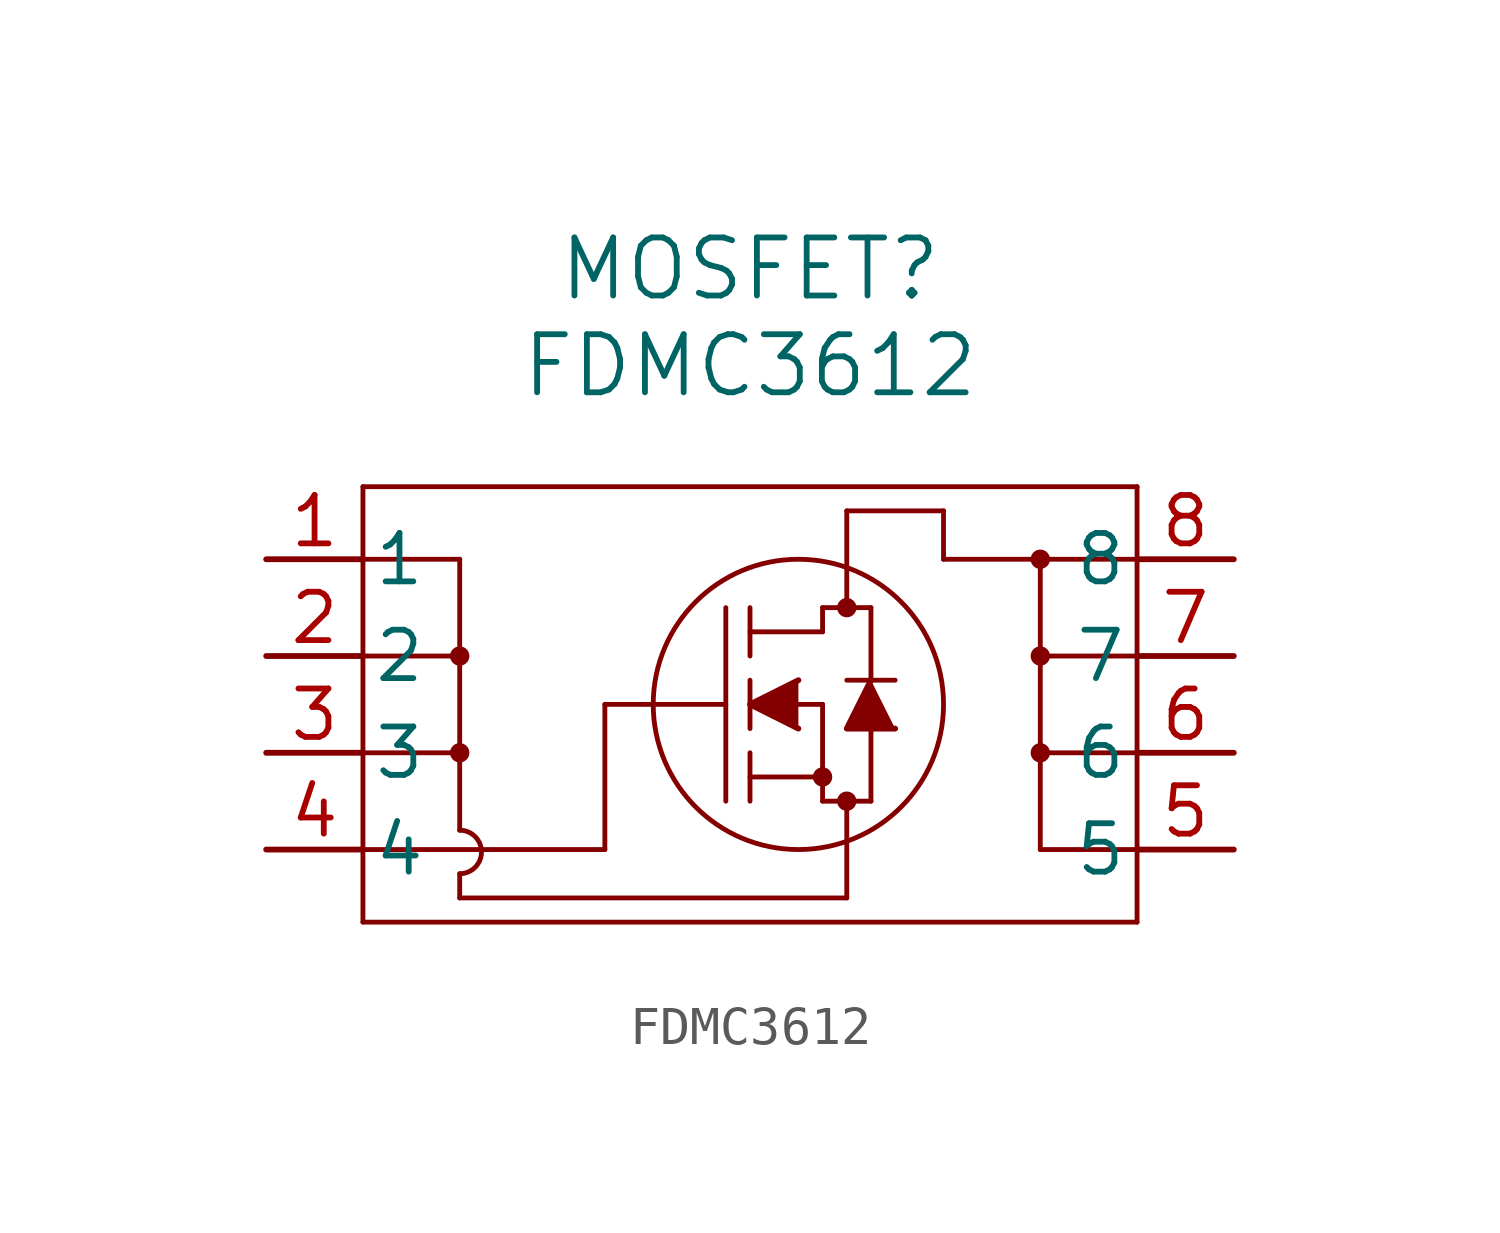
<source format=kicad_sym>
(kicad_symbol_lib
  (version 20241209)
  (generator "kicad_symbol_editor")
  (generator_version "9.0")
  (symbol "FDMC3612"
    (pin_names
      (offset 0.254))
    (property "Reference" "MOSFET"
      (at 19.05 10.16 0)
      (effects (font (size 1.524 1.524))))
    (property "Value" "FDMC3612"
      (at 19.05 7.62 0)
      (effects (font (size 1.524 1.524))))
    (property "ki_locked" ""
      (at 0 0 0)
      (effects (font (size 1.27 1.27))))
    (symbol "FDMC3612_0_1"
      (polyline (pts (xy 8.89 4.445) (xy 8.89 -6.985)) (stroke (width 0.127) (type default)) (fill (type none)))
      (polyline (pts (xy 8.89 2.54) (xy 11.43 2.54)) (stroke (width 0.127) (type default)) (fill (type none)))
      (polyline (pts (xy 8.89 0) (xy 11.43 0)) (stroke (width 0.127) (type default)) (fill (type none)))
      (polyline (pts (xy 8.89 -2.54) (xy 11.43 -2.54)) (stroke (width 0.127) (type default)) (fill (type none)))
      (polyline (pts (xy 8.89 -5.08) (xy 15.24 -5.08)) (stroke (width 0.127) (type default)) (fill (type none)))
      (polyline (pts (xy 8.89 -6.985) (xy 29.21 -6.985)) (stroke (width 0.127) (type default)) (fill (type none)))
      (polyline (pts (xy 11.43 2.54) (xy 11.43 -4.572)) (stroke (width 0.127) (type default)) (fill (type none)))
      (circle (center 11.43 0) (radius 0.127) (stroke (width 0.254) (type default)) (fill (type none)))
      (circle (center 11.43 -2.54) (radius 0.127) (stroke (width 0.254) (type default)) (fill (type none)))
      (arc (start 11.43 -4.572) (mid 12.0015 -5.1435) (end 11.43 -5.715) (stroke (width 0.127) (type default)) (fill (type none)))
      (polyline (pts (xy 11.43 -6.35) (xy 21.59 -6.35)) (stroke (width 0.127) (type default)) (fill (type none)))
      (polyline (pts (xy 15.24 -1.27) (xy 18.415 -1.27)) (stroke (width 0.127) (type default)) (fill (type none)))
      (polyline (pts (xy 15.24 -5.08) (xy 15.24 -1.27)) (stroke (width 0.127) (type default)) (fill (type none)))
      (polyline (pts (xy 18.415 -3.81) (xy 18.415 1.27)) (stroke (width 0.127) (type default)) (fill (type none)))
      (polyline (pts (xy 19.05 0.635) (xy 20.955 0.635)) (stroke (width 0.127) (type default)) (fill (type none)))
      (polyline (pts (xy 19.05 0) (xy 19.05 1.27)) (stroke (width 0.127) (type default)) (fill (type none)))
      (polyline (pts (xy 19.05 -1.905) (xy 19.05 -0.635)) (stroke (width 0.127) (type default)) (fill (type none)))
      (polyline (pts (xy 19.05 -3.175) (xy 20.955 -3.175)) (stroke (width 0.127) (type default)) (fill (type none)))
      (polyline (pts (xy 19.05 -3.81) (xy 19.05 -2.54)) (stroke (width 0.127) (type default)) (fill (type none)))
      (polyline (pts (xy 20.32 -0.635) (xy 19.05 -1.27) (xy 20.32 -1.905)) (stroke (width 0) (type default)) (fill (type outline)))
      (polyline (pts (xy 20.32 -1.27) (xy 20.955 -1.27)) (stroke (width 0.127) (type default)) (fill (type none)))
      (circle (center 20.32 -1.27) (radius 3.81) (stroke (width 0.127) (type default)) (fill (type none)))
      (polyline (pts (xy 20.955 1.27) (xy 22.225 1.27)) (stroke (width 0.127) (type default)) (fill (type none)))
      (polyline (pts (xy 20.955 0.635) (xy 20.955 1.27)) (stroke (width 0.127) (type default)) (fill (type none)))
      (circle (center 20.955 -3.175) (radius 0.127) (stroke (width 0.254) (type default)) (fill (type none)))
      (polyline (pts (xy 20.955 -3.81) (xy 20.955 -1.27)) (stroke (width 0.127) (type default)) (fill (type none)))
      (polyline (pts (xy 20.955 -3.81) (xy 22.225 -3.81)) (stroke (width 0.127) (type default)) (fill (type none)))
      (polyline (pts (xy 21.59 3.81) (xy 21.59 1.27)) (stroke (width 0.127) (type default)) (fill (type none)))
      (circle (center 21.59 1.27) (radius 0.127) (stroke (width 0.254) (type default)) (fill (type none)))
      (circle (center 21.59 -3.81) (radius 0.127) (stroke (width 0.254) (type default)) (fill (type none)))
      (polyline (pts (xy 21.59 -6.35) (xy 21.59 -3.81)) (stroke (width 0.127) (type default)) (fill (type none)))
      (polyline (pts (xy 22.225 -0.635) (xy 22.225 1.27)) (stroke (width 0.127) (type default)) (fill (type none)))
      (polyline (pts (xy 22.225 -3.81) (xy 22.225 -1.905)) (stroke (width 0.127) (type default)) (fill (type none)))
      (polyline (pts (xy 22.86 -0.635) (xy 21.59 -0.635)) (stroke (width 0.127) (type default)) (fill (type none)))
      (polyline (pts (xy 22.86 -1.905) (xy 21.59 -1.905) (xy 22.225 -0.635)) (stroke (width 0) (type default)) (fill (type outline)))
      (polyline (pts (xy 24.13 3.81) (xy 21.59 3.81)) (stroke (width 0.127) (type default)) (fill (type none)))
      (polyline (pts (xy 24.13 2.54) (xy 24.13 3.81)) (stroke (width 0.127) (type default)) (fill (type none)))
      (circle (center 26.67 2.54) (radius 0.127) (stroke (width 0.254) (type default)) (fill (type none)))
      (circle (center 26.67 0) (radius 0.127) (stroke (width 0.254) (type default)) (fill (type none)))
      (circle (center 26.67 -2.54) (radius 0.127) (stroke (width 0.254) (type default)) (fill (type none)))
      (polyline (pts (xy 26.67 -5.08) (xy 26.67 2.54)) (stroke (width 0.127) (type default)) (fill (type none)))
      (polyline (pts (xy 29.21 4.445) (xy 8.89 4.445)) (stroke (width 0.127) (type default)) (fill (type none)))
      (polyline (pts (xy 29.21 2.54) (xy 24.13 2.54)) (stroke (width 0.127) (type default)) (fill (type none)))
      (polyline (pts (xy 29.21 0) (xy 26.67 0)) (stroke (width 0.127) (type default)) (fill (type none)))
      (polyline (pts (xy 29.21 -2.54) (xy 26.67 -2.54)) (stroke (width 0.127) (type default)) (fill (type none)))
      (polyline (pts (xy 29.21 -5.08) (xy 26.67 -5.08)) (stroke (width 0.127) (type default)) (fill (type none)))
      (polyline (pts (xy 29.21 -6.985) (xy 29.21 4.445)) (stroke (width 0.127) (type default)) (fill (type none)))
      (pin unspecified line (at 6.35 2.54 0) (length 2.54) (name "1" (effects (font (size 1.27 1.27)))) (number "1" (effects (font (size 1.27 1.27)))))
      (pin unspecified line (at 6.35 0 0) (length 2.54) (name "2" (effects (font (size 1.27 1.27)))) (number "2" (effects (font (size 1.27 1.27)))))
      (pin unspecified line (at 6.35 -2.54 0) (length 2.54) (name "3" (effects (font (size 1.27 1.27)))) (number "3" (effects (font (size 1.27 1.27)))))
      (pin unspecified line (at 6.35 -5.08 0) (length 2.54) (name "4" (effects (font (size 1.27 1.27)))) (number "4" (effects (font (size 1.27 1.27)))))
      (pin unspecified line (at 31.75 2.54 180) (length 2.54) (name "8" (effects (font (size 1.27 1.27)))) (number "8" (effects (font (size 1.27 1.27)))))
      (pin unspecified line (at 31.75 0 180) (length 2.54) (name "7" (effects (font (size 1.27 1.27)))) (number "7" (effects (font (size 1.27 1.27)))))
      (pin unspecified line (at 31.75 -2.54 180) (length 2.54) (name "6" (effects (font (size 1.27 1.27)))) (number "6" (effects (font (size 1.27 1.27)))))
      (pin unspecified line (at 31.75 -5.08 180) (length 2.54) (name "5" (effects (font (size 1.27 1.27)))) (number "5" (effects (font (size 1.27 1.27))))))
    (symbol "FDMC3612_1_1"
      (polyline (pts (xy 11.43 -6.35) (xy 11.43 -5.715)) (stroke (width 0.127) (type solid)) (fill (type none))))))
</source>
